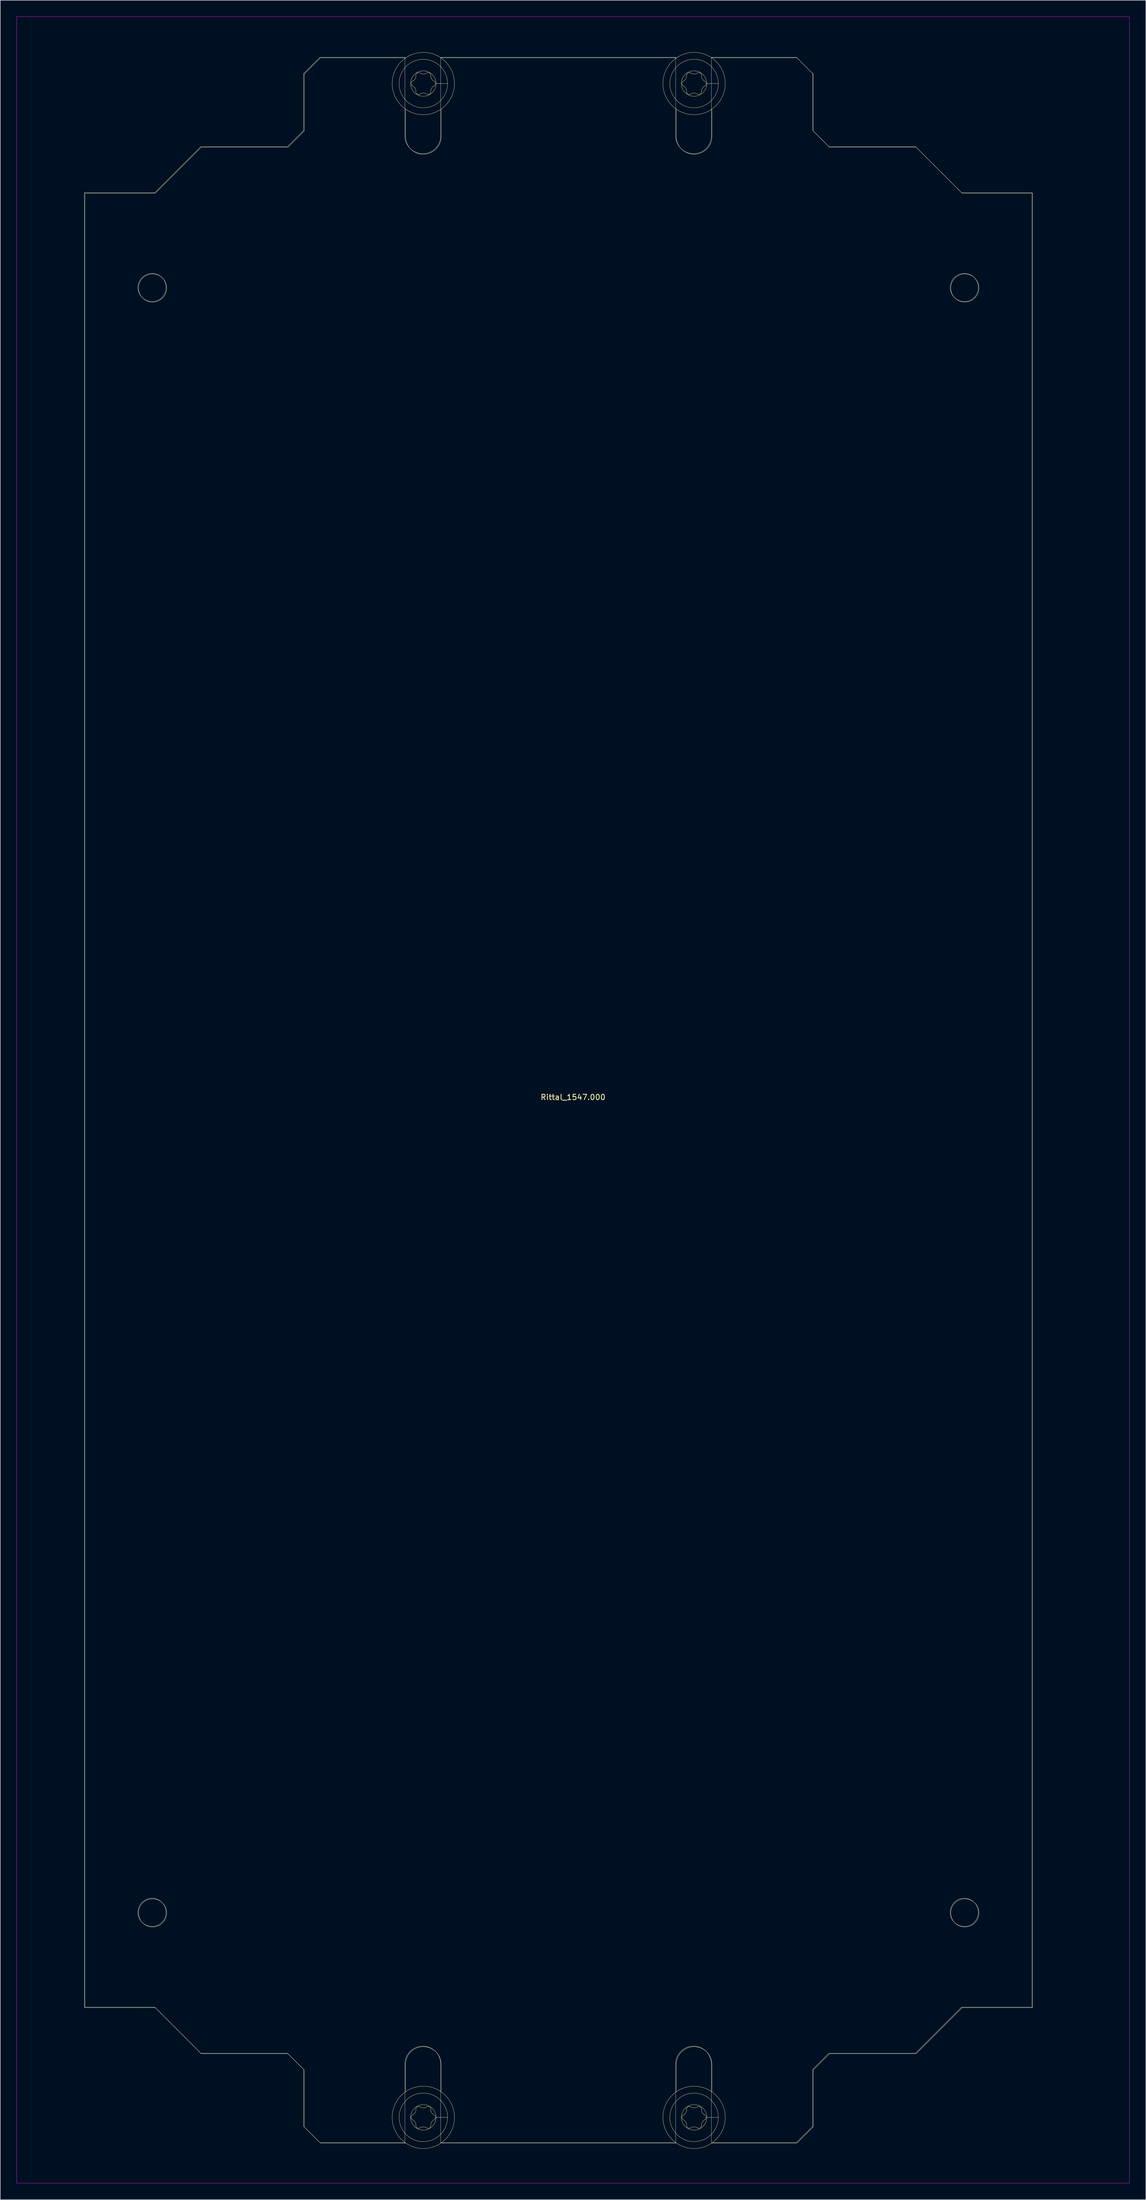
<source format=kicad_pcb>
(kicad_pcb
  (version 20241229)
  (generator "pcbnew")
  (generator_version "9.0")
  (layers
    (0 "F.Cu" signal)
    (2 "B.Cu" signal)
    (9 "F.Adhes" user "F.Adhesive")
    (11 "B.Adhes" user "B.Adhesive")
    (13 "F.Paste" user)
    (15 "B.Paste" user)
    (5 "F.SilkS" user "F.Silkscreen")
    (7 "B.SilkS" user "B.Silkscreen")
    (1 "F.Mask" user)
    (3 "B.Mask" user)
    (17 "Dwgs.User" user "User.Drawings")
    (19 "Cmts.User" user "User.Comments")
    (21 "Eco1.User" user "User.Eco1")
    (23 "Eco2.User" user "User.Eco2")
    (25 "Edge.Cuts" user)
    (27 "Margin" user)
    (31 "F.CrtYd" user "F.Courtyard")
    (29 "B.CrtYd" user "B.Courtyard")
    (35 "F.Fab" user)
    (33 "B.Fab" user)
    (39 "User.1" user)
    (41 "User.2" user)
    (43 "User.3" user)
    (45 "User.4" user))
  (footprint "Rittal_1547.000"
    (layer "F.Cu")
    (at 102.775 200.025)
    (property "Reference" "Rittal_1547.000" (at 0 -0.5 0) (unlocked yes) (layer "F.SilkS") (effects (font (size 1 1) (thickness 0.15))))
    (fp_line (start -90.15 -167.4) (end -90.15 167.6) (stroke (width 0.05) (type solid)) (layer "F.SilkS"))
    (fp_line (start -90.15 167.6) (end -77.15 167.6) (stroke (width 0.05) (type solid)) (layer "F.SilkS"))
    (fp_line (start -77.15 -167.4) (end -90.15 -167.4) (stroke (width 0.05) (type solid)) (layer "F.SilkS"))
    (fp_line (start -77.15 167.6) (end -68.65 176.1) (stroke (width 0.05) (type solid)) (layer "F.SilkS"))
    (fp_line (start -68.65 -175.9) (end -77.15 -167.4) (stroke (width 0.05) (type solid)) (layer "F.SilkS"))
    (fp_line (start -68.65 176.1) (end -52.65 176.1) (stroke (width 0.05) (type solid)) (layer "F.SilkS"))
    (fp_line (start -52.65 -175.9) (end -68.65 -175.9) (stroke (width 0.05) (type solid)) (layer "F.SilkS"))
    (fp_line (start -52.65 176.1) (end -49.65 179.1) (stroke (width 0.05) (type solid)) (layer "F.SilkS"))
    (fp_line (start -49.65 -189.4) (end -49.65 -178.9) (stroke (width 0.05) (type solid)) (layer "F.SilkS"))
    (fp_line (start -49.65 -178.9) (end -52.65 -175.9) (stroke (width 0.05) (type solid)) (layer "F.SilkS"))
    (fp_line (start -49.65 179.1) (end -49.65 189.6) (stroke (width 0.05) (type solid)) (layer "F.SilkS"))
    (fp_line (start -49.65 189.6) (end -46.65 192.6) (stroke (width 0.05) (type solid)) (layer "F.SilkS"))
    (fp_line (start -46.65 -192.4) (end -49.65 -189.4) (stroke (width 0.05) (type solid)) (layer "F.SilkS"))
    (fp_line (start -46.65 192.6) (end -30.95 192.6) (stroke (width 0.05) (type solid)) (layer "F.SilkS"))
    (fp_line (start -30.95 -192.4) (end -46.65 -192.4) (stroke (width 0.05) (type solid)) (layer "F.SilkS"))
    (fp_line (start -30.95 -192.359) (end -30.95 -192.4) (stroke (width 0.05) (type solid)) (layer "F.SilkS"))
    (fp_line (start -30.95 -177.9) (end -30.95 -182.941) (stroke (width 0.05) (type solid)) (layer "F.SilkS"))
    (fp_line (start -30.95 183.141) (end -30.95 178.1) (stroke (width 0.05) (type solid)) (layer "F.SilkS"))
    (fp_line (start -30.95 192.6) (end -30.95 192.559) (stroke (width 0.05) (type solid)) (layer "F.SilkS"))
    (fp_line (start -25.175 -187.65) (end -25.302 -187.65) (stroke (width 0.05) (type solid)) (layer "F.SilkS"))
    (fp_line (start -25.175 187.85) (end -25.302 187.85) (stroke (width 0.05) (type solid)) (layer "F.SilkS"))
    (fp_line (start -24.675 -187.65) (end -25.175 -187.65) (stroke (width 0.05) (type solid)) (layer "F.SilkS"))
    (fp_line (start -24.675 187.85) (end -25.175 187.85) (stroke (width 0.05) (type solid)) (layer "F.SilkS"))
    (fp_line (start -24.35 -192.4) (end -24.35 -192.359) (stroke (width 0.05) (type solid)) (layer "F.SilkS"))
    (fp_line (start -24.35 -182.941) (end -24.35 -177.9) (stroke (width 0.05) (type solid)) (layer "F.SilkS"))
    (fp_line (start -24.35 178.1) (end -24.35 183.141) (stroke (width 0.05) (type solid)) (layer "F.SilkS"))
    (fp_line (start -24.35 192.559) (end -24.35 192.6) (stroke (width 0.05) (type solid)) (layer "F.SilkS"))
    (fp_line (start -24.35 192.6) (end 19.05 192.6) (stroke (width 0.05) (type solid)) (layer "F.SilkS"))
    (fp_line (start -24.175 -187.65) (end -24.675 -187.65) (stroke (width 0.05) (type solid)) (layer "F.SilkS"))
    (fp_line (start -24.175 187.85) (end -24.675 187.85) (stroke (width 0.05) (type solid)) (layer "F.SilkS"))
    (fp_line (start -23.675 -187.65) (end -24.175 -187.65) (stroke (width 0.05) (type solid)) (layer "F.SilkS"))
    (fp_line (start -23.675 187.85) (end -24.175 187.85) (stroke (width 0.05) (type solid)) (layer "F.SilkS"))
    (fp_line (start -23.175 -187.65) (end -23.675 -187.65) (stroke (width 0.05) (type solid)) (layer "F.SilkS"))
    (fp_line (start -23.175 187.85) (end -23.675 187.85) (stroke (width 0.05) (type solid)) (layer "F.SilkS"))
    (fp_line (start 19.05 -192.4) (end -24.35 -192.4) (stroke (width 0.05) (type solid)) (layer "F.SilkS"))
    (fp_line (start 19.05 -192.359) (end 19.05 -192.4) (stroke (width 0.05) (type solid)) (layer "F.SilkS"))
    (fp_line (start 19.05 -177.9) (end 19.05 -182.941) (stroke (width 0.05) (type solid)) (layer "F.SilkS"))
    (fp_line (start 19.05 183.141) (end 19.05 178.1) (stroke (width 0.05) (type solid)) (layer "F.SilkS"))
    (fp_line (start 19.05 192.6) (end 19.05 192.559) (stroke (width 0.05) (type solid)) (layer "F.SilkS"))
    (fp_line (start 24.825 -187.65) (end 24.698 -187.65) (stroke (width 0.05) (type solid)) (layer "F.SilkS"))
    (fp_line (start 24.825 187.85) (end 24.698 187.85) (stroke (width 0.05) (type solid)) (layer "F.SilkS"))
    (fp_line (start 25.325 -187.65) (end 24.825 -187.65) (stroke (width 0.05) (type solid)) (layer "F.SilkS"))
    (fp_line (start 25.325 187.85) (end 24.825 187.85) (stroke (width 0.05) (type solid)) (layer "F.SilkS"))
    (fp_line (start 25.65 -192.4) (end 25.65 -192.359) (stroke (width 0.05) (type solid)) (layer "F.SilkS"))
    (fp_line (start 25.65 -182.941) (end 25.65 -177.9) (stroke (width 0.05) (type solid)) (layer "F.SilkS"))
    (fp_line (start 25.65 178.1) (end 25.65 183.141) (stroke (width 0.05) (type solid)) (layer "F.SilkS"))
    (fp_line (start 25.65 192.559) (end 25.65 192.6) (stroke (width 0.05) (type solid)) (layer "F.SilkS"))
    (fp_line (start 25.65 192.6) (end 41.35 192.6) (stroke (width 0.05) (type solid)) (layer "F.SilkS"))
    (fp_line (start 25.825 -187.65) (end 25.325 -187.65) (stroke (width 0.05) (type solid)) (layer "F.SilkS"))
    (fp_line (start 25.825 187.85) (end 25.325 187.85) (stroke (width 0.05) (type solid)) (layer "F.SilkS"))
    (fp_line (start 26.325 -187.65) (end 25.825 -187.65) (stroke (width 0.05) (type solid)) (layer "F.SilkS"))
    (fp_line (start 26.325 187.85) (end 25.825 187.85) (stroke (width 0.05) (type solid)) (layer "F.SilkS"))
    (fp_line (start 26.825 -187.65) (end 26.325 -187.65) (stroke (width 0.05) (type solid)) (layer "F.SilkS"))
    (fp_line (start 26.825 187.85) (end 26.325 187.85) (stroke (width 0.05) (type solid)) (layer "F.SilkS"))
    (fp_line (start 41.35 -192.4) (end 25.65 -192.4) (stroke (width 0.05) (type solid)) (layer "F.SilkS"))
    (fp_line (start 41.35 192.6) (end 44.35 189.6) (stroke (width 0.05) (type solid)) (layer "F.SilkS"))
    (fp_line (start 44.35 -189.4) (end 41.35 -192.4) (stroke (width 0.05) (type solid)) (layer "F.SilkS"))
    (fp_line (start 44.35 -178.9) (end 44.35 -189.4) (stroke (width 0.05) (type solid)) (layer "F.SilkS"))
    (fp_line (start 44.35 179.1) (end 47.35 176.1) (stroke (width 0.05) (type solid)) (layer "F.SilkS"))
    (fp_line (start 44.35 189.6) (end 44.35 179.1) (stroke (width 0.05) (type solid)) (layer "F.SilkS"))
    (fp_line (start 47.35 -175.9) (end 44.35 -178.9) (stroke (width 0.05) (type solid)) (layer "F.SilkS"))
    (fp_line (start 47.35 176.1) (end 63.35 176.1) (stroke (width 0.05) (type solid)) (layer "F.SilkS"))
    (fp_line (start 63.35 -175.9) (end 47.35 -175.9) (stroke (width 0.05) (type solid)) (layer "F.SilkS"))
    (fp_line (start 63.35 176.1) (end 71.85 167.6) (stroke (width 0.05) (type solid)) (layer "F.SilkS"))
    (fp_line (start 71.85 -167.4) (end 63.35 -175.9) (stroke (width 0.05) (type solid)) (layer "F.SilkS"))
    (fp_line (start 71.85 167.6) (end 84.85 167.6) (stroke (width 0.05) (type solid)) (layer "F.SilkS"))
    (fp_line (start 84.85 -167.4) (end 71.85 -167.4) (stroke (width 0.05) (type solid)) (layer "F.SilkS"))
    (fp_line (start 84.85 167.6) (end 84.85 -167.4) (stroke (width 0.05) (type solid)) (layer "F.SilkS"))
    (fp_arc (start -30.95 178.1) (mid -27.65 174.8) (end -24.35 178.1) (stroke (width 0.05) (type solid)) (layer "F.SilkS"))
    (fp_arc (start -29.621959 -187.201723) (mid -29.16594 -186.775089) (end -29.024358 -186.166875) (stroke (width 0.05) (type solid)) (layer "F.SilkS"))
    (fp_arc (start -29.621959 188.298577) (mid -29.16594 188.725211) (end -29.024358 189.333425) (stroke (width 0.05) (type solid)) (layer "F.SilkS"))
    (fp_arc (start -29.621956 -187.201471) (mid -29.901 -187.6501) (end -29.621776 -188.098618) (stroke (width 0.05) (type solid)) (layer "F.SilkS"))
    (fp_arc (start -29.621956 188.298529) (mid -29.901 187.8499) (end -29.621776 187.401382) (stroke (width 0.05) (type solid)) (layer "F.SilkS"))
    (fp_arc (start -29.024916 -189.133089) (mid -28.775913 -189.599063) (end -28.247873 -189.581506) (stroke (width 0.05) (type solid)) (layer "F.SilkS"))
    (fp_arc (start -29.024916 186.366411) (mid -28.775913 185.900437) (end -28.247873 185.917994) (stroke (width 0.05) (type solid)) (layer "F.SilkS"))
    (fp_arc (start -29.024371 -189.133329) (mid -29.165837 -188.525089) (end -29.621774 -188.098369) (stroke (width 0.05) (type solid)) (layer "F.SilkS"))
    (fp_arc (start -29.024371 186.366471) (mid -29.165837 186.974711) (end -29.621774 187.401431) (stroke (width 0.05) (type solid)) (layer "F.SilkS"))
    (fp_arc (start -28.248043 -185.71838) (mid -28.776088 -185.701038) (end -29.024902 -186.167111) (stroke (width 0.05) (type solid)) (layer "F.SilkS"))
    (fp_arc (start -28.248043 189.78212) (mid -28.776088 189.799462) (end -29.024902 189.333389) (stroke (width 0.05) (type solid)) (layer "F.SilkS"))
    (fp_arc (start -28.247586 -185.717394) (mid -27.650102 -185.899) (end -27.052584 -185.717508) (stroke (width 0.05) (type solid)) (layer "F.SilkS"))
    (fp_arc (start -28.247586 189.782106) (mid -27.650102 189.6005) (end -27.052584 189.781992) (stroke (width 0.05) (type solid)) (layer "F.SilkS"))
    (fp_arc (start -27.052582 -189.581493) (mid -27.649998 -189.4) (end -28.247415 -189.581491) (stroke (width 0.05) (type solid)) (layer "F.SilkS"))
    (fp_arc (start -27.052582 185.918007) (mid -27.649998 186.0995) (end -28.247415 185.918009) (stroke (width 0.05) (type solid)) (layer "F.SilkS"))
    (fp_arc (start -27.052126 -189.581507) (mid -26.523999 -189.599012) (end -26.275098 -189.132888) (stroke (width 0.05) (type solid)) (layer "F.SilkS"))
    (fp_arc (start -27.052126 185.917993) (mid -26.523999 185.900488) (end -26.275098 186.366612) (stroke (width 0.05) (type solid)) (layer "F.SilkS"))
    (fp_arc (start -26.275629 -186.166672) (mid -26.134163 -186.774911) (end -25.678228 -187.201631) (stroke (width 0.05) (type solid)) (layer "F.SilkS"))
    (fp_arc (start -26.275629 189.333528) (mid -26.134163 188.725289) (end -25.678228 188.298569) (stroke (width 0.05) (type solid)) (layer "F.SilkS"))
    (fp_arc (start -26.275084 -186.166908) (mid -26.524088 -185.700936) (end -27.052126 -185.718493) (stroke (width 0.05) (type solid)) (layer "F.SilkS"))
    (fp_arc (start -26.275084 189.333592) (mid -26.524088 189.799564) (end -27.052126 189.782007) (stroke (width 0.05) (type solid)) (layer "F.SilkS"))
    (fp_arc (start -25.678043 -188.098278) (mid -26.13406 -188.524911) (end -26.275643 -189.133122) (stroke (width 0.05) (type solid)) (layer "F.SilkS"))
    (fp_arc (start -25.678043 187.401422) (mid -26.13406 186.974789) (end -26.275643 186.366578) (stroke (width 0.05) (type solid)) (layer "F.SilkS"))
    (fp_arc (start -25.678041 -188.098528) (mid -25.399 -187.649898) (end -25.678224 -187.201382) (stroke (width 0.05) (type solid)) (layer "F.SilkS"))
    (fp_arc (start -25.678041 187.401472) (mid -25.399 187.850102) (end -25.678224 188.298618) (stroke (width 0.05) (type solid)) (layer "F.SilkS"))
    (fp_arc (start -24.35 -177.9) (mid -27.65 -174.6) (end -30.95 -177.9) (stroke (width 0.05) (type solid)) (layer "F.SilkS"))
    (fp_arc (start 19.05 178.1) (mid 22.35 174.8) (end 25.65 178.1) (stroke (width 0.05) (type solid)) (layer "F.SilkS"))
    (fp_arc (start 20.378041 -187.201723) (mid 20.83406 -186.775089) (end 20.975642 -186.166875) (stroke (width 0.05) (type solid)) (layer "F.SilkS"))
    (fp_arc (start 20.378041 188.298577) (mid 20.83406 188.725211) (end 20.975642 189.333425) (stroke (width 0.05) (type solid)) (layer "F.SilkS"))
    (fp_arc (start 20.378044 -187.201471) (mid 20.099 -187.6501) (end 20.378224 -188.098618) (stroke (width 0.05) (type solid)) (layer "F.SilkS"))
    (fp_arc (start 20.378044 188.298529) (mid 20.099 187.8499) (end 20.378224 187.401382) (stroke (width 0.05) (type solid)) (layer "F.SilkS"))
    (fp_arc (start 20.975084 -189.133089) (mid 21.224087 -189.599063) (end 21.752127 -189.581506) (stroke (width 0.05) (type solid)) (layer "F.SilkS"))
    (fp_arc (start 20.975084 186.366411) (mid 21.224087 185.900437) (end 21.752127 185.917994) (stroke (width 0.05) (type solid)) (layer "F.SilkS"))
    (fp_arc (start 20.975629 -189.133329) (mid 20.834163 -188.525089) (end 20.378226 -188.098369) (stroke (width 0.05) (type solid)) (layer "F.SilkS"))
    (fp_arc (start 20.975629 186.366471) (mid 20.834163 186.974711) (end 20.378226 187.401431) (stroke (width 0.05) (type solid)) (layer "F.SilkS"))
    (fp_arc (start 21.751957 -185.71838) (mid 21.223912 -185.701038) (end 20.975098 -186.167111) (stroke (width 0.05) (type solid)) (layer "F.SilkS"))
    (fp_arc (start 21.751957 189.78212) (mid 21.223912 189.799462) (end 20.975098 189.333389) (stroke (width 0.05) (type solid)) (layer "F.SilkS"))
    (fp_arc (start 21.752414 -185.717394) (mid 22.349898 -185.899) (end 22.947416 -185.717508) (stroke (width 0.05) (type solid)) (layer "F.SilkS"))
    (fp_arc (start 21.752414 189.782106) (mid 22.349898 189.6005) (end 22.947416 189.781992) (stroke (width 0.05) (type solid)) (layer "F.SilkS"))
    (fp_arc (start 22.947418 -189.581493) (mid 22.350002 -189.4) (end 21.752585 -189.581491) (stroke (width 0.05) (type solid)) (layer "F.SilkS"))
    (fp_arc (start 22.947418 185.918007) (mid 22.350002 186.0995) (end 21.752585 185.918009) (stroke (width 0.05) (type solid)) (layer "F.SilkS"))
    (fp_arc (start 22.947874 -189.581507) (mid 23.476001 -189.599012) (end 23.724902 -189.132888) (stroke (width 0.05) (type solid)) (layer "F.SilkS"))
    (fp_arc (start 22.947874 185.917993) (mid 23.476001 185.900488) (end 23.724902 186.366612) (stroke (width 0.05) (type solid)) (layer "F.SilkS"))
    (fp_arc (start 23.724371 -186.166672) (mid 23.865837 -186.774911) (end 24.321772 -187.201631) (stroke (width 0.05) (type solid)) (layer "F.SilkS"))
    (fp_arc (start 23.724371 189.333528) (mid 23.865837 188.725289) (end 24.321772 188.298569) (stroke (width 0.05) (type solid)) (layer "F.SilkS"))
    (fp_arc (start 23.724916 -186.166908) (mid 23.475912 -185.700936) (end 22.947874 -185.718493) (stroke (width 0.05) (type solid)) (layer "F.SilkS"))
    (fp_arc (start 23.724916 189.333592) (mid 23.475912 189.799564) (end 22.947874 189.782007) (stroke (width 0.05) (type solid)) (layer "F.SilkS"))
    (fp_arc (start 24.321957 -188.098278) (mid 23.86594 -188.524911) (end 23.724357 -189.133122) (stroke (width 0.05) (type solid)) (layer "F.SilkS"))
    (fp_arc (start 24.321957 187.401422) (mid 23.86594 186.974789) (end 23.724357 186.366578) (stroke (width 0.05) (type solid)) (layer "F.SilkS"))
    (fp_arc (start 24.321959 -188.098528) (mid 24.601 -187.649898) (end 24.321776 -187.201382) (stroke (width 0.05) (type solid)) (layer "F.SilkS"))
    (fp_arc (start 24.321959 187.401472) (mid 24.601 187.850102) (end 24.321776 188.298618) (stroke (width 0.05) (type solid)) (layer "F.SilkS"))
    (fp_arc (start 25.65 -177.9) (mid 22.35 -174.6) (end 19.05 -177.9) (stroke (width 0.05) (type solid)) (layer "F.SilkS"))
    (fp_circle (center -77.65 -149.9) (end -75.05 -149.9) (stroke (width 0.05) (type solid)) (fill no) (layer "F.SilkS"))
    (fp_circle (center -77.65 150.1) (end -75.05 150.1) (stroke (width 0.05) (type solid)) (fill no) (layer "F.SilkS"))
    (fp_circle (center -27.65 -187.65) (end -25.302 -187.65) (stroke (width 0.05) (type solid)) (fill no) (layer "F.SilkS"))
    (fp_circle (center -27.65 -187.65) (end -23.175 -187.65) (stroke (width 0.05) (type solid)) (fill no) (layer "F.SilkS"))
    (fp_circle (center -27.65 -187.65) (end -21.9 -187.65) (stroke (width 0.05) (type solid)) (fill no) (layer "F.SilkS"))
    (fp_circle (center -27.65 187.85) (end -25.302 187.85) (stroke (width 0.05) (type solid)) (fill no) (layer "F.SilkS"))
    (fp_circle (center -27.65 187.85) (end -23.175 187.85) (stroke (width 0.05) (type solid)) (fill no) (layer "F.SilkS"))
    (fp_circle (center -27.65 187.85) (end -21.9 187.85) (stroke (width 0.05) (type solid)) (fill no) (layer "F.SilkS"))
    (fp_circle (center 22.35 -187.65) (end 24.698 -187.65) (stroke (width 0.05) (type solid)) (fill no) (layer "F.SilkS"))
    (fp_circle (center 22.35 -187.65) (end 26.825 -187.65) (stroke (width 0.05) (type solid)) (fill no) (layer "F.SilkS"))
    (fp_circle (center 22.35 -187.65) (end 28.1 -187.65) (stroke (width 0.05) (type solid)) (fill no) (layer "F.SilkS"))
    (fp_circle (center 22.35 187.85) (end 24.698 187.85) (stroke (width 0.05) (type solid)) (fill no) (layer "F.SilkS"))
    (fp_circle (center 22.35 187.85) (end 26.825 187.85) (stroke (width 0.05) (type solid)) (fill no) (layer "F.SilkS"))
    (fp_circle (center 22.35 187.85) (end 28.1 187.85) (stroke (width 0.05) (type solid)) (fill no) (layer "F.SilkS"))
    (fp_circle (center 72.35 -149.9) (end 74.95 -149.9) (stroke (width 0.05) (type solid)) (fill no) (layer "F.SilkS"))
    (fp_circle (center 72.35 150.1) (end 74.95 150.1) (stroke (width 0.05) (type solid)) (fill no) (layer "F.SilkS"))
    (fp_line (start -90.25 -167.5) (end -90.25 167.5) (stroke (width 0.05) (type solid)) (layer "Edge.Cuts"))
    (fp_line (start -90.25 167.5) (end -77.25 167.5) (stroke (width 0.05) (type solid)) (layer "Edge.Cuts"))
    (fp_line (start -77.25 -167.5) (end -90.25 -167.5) (stroke (width 0.05) (type solid)) (layer "Edge.Cuts"))
    (fp_line (start -77.25 167.5) (end -68.75 176) (stroke (width 0.05) (type solid)) (layer "Edge.Cuts"))
    (fp_line (start -68.75 -176) (end -77.25 -167.5) (stroke (width 0.05) (type solid)) (layer "Edge.Cuts"))
    (fp_line (start -68.75 176) (end -52.75 176) (stroke (width 0.05) (type solid)) (layer "Edge.Cuts"))
    (fp_line (start -52.75 -176) (end -68.75 -176) (stroke (width 0.05) (type solid)) (layer "Edge.Cuts"))
    (fp_line (start -52.75 176) (end -49.75 179) (stroke (width 0.05) (type solid)) (layer "Edge.Cuts"))
    (fp_line (start -49.75 -189.5) (end -49.75 -179) (stroke (width 0.05) (type solid)) (layer "Edge.Cuts"))
    (fp_line (start -49.75 -179) (end -52.75 -176) (stroke (width 0.05) (type solid)) (layer "Edge.Cuts"))
    (fp_line (start -49.75 179) (end -49.75 189.5) (stroke (width 0.05) (type solid)) (layer "Edge.Cuts"))
    (fp_line (start -49.75 189.5) (end -46.75 192.5) (stroke (width 0.05) (type solid)) (layer "Edge.Cuts"))
    (fp_line (start -46.75 -192.5) (end -49.75 -189.5) (stroke (width 0.05) (type solid)) (layer "Edge.Cuts"))
    (fp_line (start -46.75 192.5) (end -31.05 192.5) (stroke (width 0.05) (type solid)) (layer "Edge.Cuts"))
    (fp_line (start -31.05 -192.5) (end -46.75 -192.5) (stroke (width 0.05) (type solid)) (layer "Edge.Cuts"))
    (fp_line (start -31.05 -178) (end -31.05 -192.5) (stroke (width 0.05) (type solid)) (layer "Edge.Cuts"))
    (fp_line (start -31.05 192.5) (end -31.05 178) (stroke (width 0.05) (type solid)) (layer "Edge.Cuts"))
    (fp_line (start -24.45 -192.5) (end -24.45 -178) (stroke (width 0.05) (type solid)) (layer "Edge.Cuts"))
    (fp_line (start -24.45 178) (end -24.45 192.5) (stroke (width 0.05) (type solid)) (layer "Edge.Cuts"))
    (fp_line (start -24.45 192.5) (end 18.95 192.5) (stroke (width 0.05) (type solid)) (layer "Edge.Cuts"))
    (fp_line (start 18.95 -192.5) (end -24.45 -192.5) (stroke (width 0.05) (type solid)) (layer "Edge.Cuts"))
    (fp_line (start 18.95 -178) (end 18.95 -192.5) (stroke (width 0.05) (type solid)) (layer "Edge.Cuts"))
    (fp_line (start 18.95 192.5) (end 18.95 178) (stroke (width 0.05) (type solid)) (layer "Edge.Cuts"))
    (fp_line (start 25.55 -192.5) (end 25.55 -178) (stroke (width 0.05) (type solid)) (layer "Edge.Cuts"))
    (fp_line (start 25.55 178) (end 25.55 192.5) (stroke (width 0.05) (type solid)) (layer "Edge.Cuts"))
    (fp_line (start 25.55 192.5) (end 41.25 192.5) (stroke (width 0.05) (type solid)) (layer "Edge.Cuts"))
    (fp_line (start 41.25 -192.5) (end 25.55 -192.5) (stroke (width 0.05) (type solid)) (layer "Edge.Cuts"))
    (fp_line (start 41.25 192.5) (end 44.25 189.5) (stroke (width 0.05) (type solid)) (layer "Edge.Cuts"))
    (fp_line (start 44.25 -189.5) (end 41.25 -192.5) (stroke (width 0.05) (type solid)) (layer "Edge.Cuts"))
    (fp_line (start 44.25 -179) (end 44.25 -189.5) (stroke (width 0.05) (type solid)) (layer "Edge.Cuts"))
    (fp_line (start 44.25 179) (end 47.25 176) (stroke (width 0.05) (type solid)) (layer "Edge.Cuts"))
    (fp_line (start 44.25 189.5) (end 44.25 179) (stroke (width 0.05) (type solid)) (layer "Edge.Cuts"))
    (fp_line (start 47.25 -176) (end 44.25 -179) (stroke (width 0.05) (type solid)) (layer "Edge.Cuts"))
    (fp_line (start 47.25 176) (end 63.25 176) (stroke (width 0.05) (type solid)) (layer "Edge.Cuts"))
    (fp_line (start 63.25 -176) (end 47.25 -176) (stroke (width 0.05) (type solid)) (layer "Edge.Cuts"))
    (fp_line (start 63.25 176) (end 71.75 167.5) (stroke (width 0.05) (type solid)) (layer "Edge.Cuts"))
    (fp_line (start 71.75 -167.5) (end 63.25 -176) (stroke (width 0.05) (type solid)) (layer "Edge.Cuts"))
    (fp_line (start 71.75 167.5) (end 84.75 167.5) (stroke (width 0.05) (type solid)) (layer "Edge.Cuts"))
    (fp_line (start 84.75 -167.5) (end 71.75 -167.5) (stroke (width 0.05) (type solid)) (layer "Edge.Cuts"))
    (fp_line (start 84.75 167.5) (end 84.75 -167.5) (stroke (width 0.05) (type solid)) (layer "Edge.Cuts"))
    (fp_arc (start -31.05 178) (mid -27.75 174.7) (end -24.45 178) (stroke (width 0.05) (type solid)) (layer "Edge.Cuts"))
    (fp_arc (start -24.45 -178) (mid -27.75 -174.7) (end -31.05 -178) (stroke (width 0.05) (type solid)) (layer "Edge.Cuts"))
    (fp_arc (start 18.95 178) (mid 22.25 174.7) (end 25.55 178) (stroke (width 0.05) (type solid)) (layer "Edge.Cuts"))
    (fp_arc (start 25.55 -178) (mid 22.25 -174.7) (end 18.95 -178) (stroke (width 0.05) (type solid)) (layer "Edge.Cuts"))
    (fp_circle (center -77.75 -150) (end -75.15 -150) (stroke (width 0.05) (type solid)) (fill no) (layer "Edge.Cuts"))
    (fp_circle (center -77.75 150) (end -75.15 150) (stroke (width 0.05) (type solid)) (fill no) (layer "Edge.Cuts"))
    (fp_circle (center 72.25 -150) (end 74.85 -150) (stroke (width 0.05) (type solid)) (fill no) (layer "Edge.Cuts"))
    (fp_circle (center 72.25 150) (end 74.85 150) (stroke (width 0.05) (type solid)) (fill no) (layer "Edge.Cuts"))
    (fp_rect (start -102.75 200) (end 102.75 -200) (stroke (width 0.05) (type solid)) (fill no) (layer "F.CrtYd")))
  (gr_rect
    (start -3 -3)
    (end 208.55 403.05)
    (stroke (width 0.1) (type default))
    (fill no)
    (layer "Edge.Cuts")))
</source>
